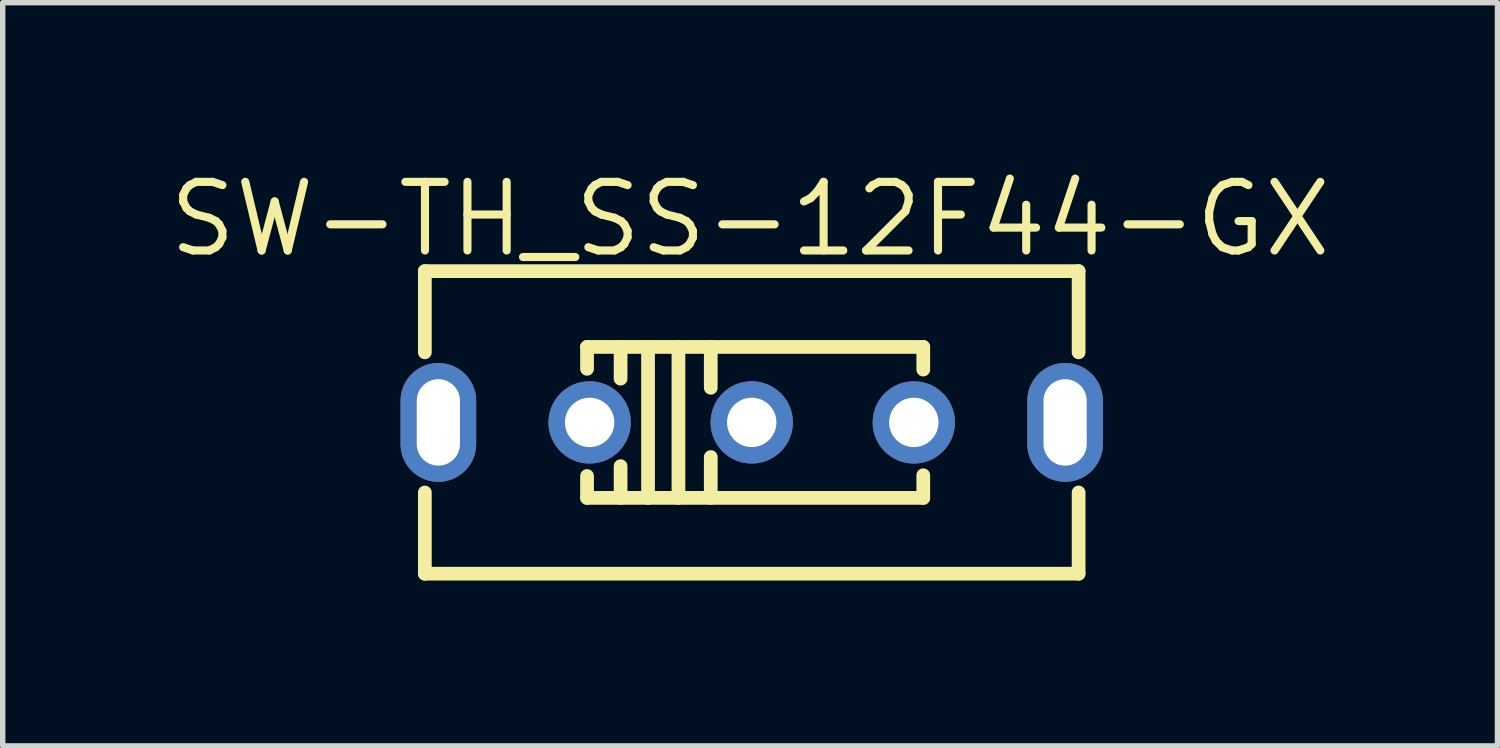
<source format=kicad_pcb>
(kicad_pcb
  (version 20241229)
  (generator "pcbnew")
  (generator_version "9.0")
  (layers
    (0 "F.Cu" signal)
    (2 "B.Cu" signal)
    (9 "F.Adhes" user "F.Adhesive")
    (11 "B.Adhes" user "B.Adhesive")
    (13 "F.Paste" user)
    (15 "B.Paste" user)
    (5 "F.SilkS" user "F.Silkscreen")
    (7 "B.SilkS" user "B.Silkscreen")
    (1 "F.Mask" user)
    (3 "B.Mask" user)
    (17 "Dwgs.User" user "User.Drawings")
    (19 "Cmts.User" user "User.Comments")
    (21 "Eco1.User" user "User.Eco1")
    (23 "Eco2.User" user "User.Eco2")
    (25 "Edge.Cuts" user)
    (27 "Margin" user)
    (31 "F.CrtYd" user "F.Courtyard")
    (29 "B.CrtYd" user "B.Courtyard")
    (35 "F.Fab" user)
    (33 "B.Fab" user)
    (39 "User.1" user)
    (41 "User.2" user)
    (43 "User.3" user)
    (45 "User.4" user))
  (footprint "SW-TH_SS-12F44-GX"
    (layer "F.Cu")
    (at 10.863 4.768)
    (property "Reference" "SW-TH_SS-12F44-GX" (at -0.03 -3.762 0) (layer "F.SilkS") (effects (font (size 1.27 1.27) (thickness 0.15))))
    (fp_line (start -6.05 -2.8) (end -6.05 -1.297) (stroke (width 0.254) (type default)) (layer "F.SilkS"))
    (fp_line (start -6.05 -2.8) (end 6.05 -2.8) (stroke (width 0.254) (type default)) (layer "F.SilkS"))
    (fp_line (start -6.05 1.297) (end -6.05 2.8) (stroke (width 0.254) (type default)) (layer "F.SilkS"))
    (fp_line (start -6.05 2.8) (end 6.05 2.8) (stroke (width 0.254) (type default)) (layer "F.SilkS"))
    (fp_line (start -3.048 -1.397) (end 3.175 -1.397) (stroke (width 0.254) (type default)) (layer "F.SilkS"))
    (fp_line (start -3.048 -0.992) (end -3.048 -1.397) (stroke (width 0.254) (type default)) (layer "F.SilkS"))
    (fp_line (start -3.048 1.397) (end -3.048 0.992) (stroke (width 0.254) (type default)) (layer "F.SilkS"))
    (fp_line (start -2.427 -1.397) (end -2.427 -0.81) (stroke (width 0.254) (type default)) (layer "F.SilkS"))
    (fp_line (start -2.427 0.81) (end -2.427 1.397) (stroke (width 0.254) (type default)) (layer "F.SilkS"))
    (fp_line (start -1.919 -1.397) (end -1.919 1.397) (stroke (width 0.254) (type default)) (layer "F.SilkS"))
    (fp_line (start -1.356 -1.397) (end -1.356 1.397) (stroke (width 0.254) (type default)) (layer "F.SilkS"))
    (fp_line (start -0.758 -1.397) (end -0.758 -0.641) (stroke (width 0.254) (type default)) (layer "F.SilkS"))
    (fp_line (start -0.758 0.641) (end -0.758 1.397) (stroke (width 0.254) (type default)) (layer "F.SilkS"))
    (fp_line (start 3.175 -1.397) (end 3.175 -0.978) (stroke (width 0.254) (type default)) (layer "F.SilkS"))
    (fp_line (start 3.175 0.978) (end 3.175 1.397) (stroke (width 0.254) (type default)) (layer "F.SilkS"))
    (fp_line (start 3.175 1.397) (end -3.048 1.397) (stroke (width 0.254) (type default)) (layer "F.SilkS"))
    (fp_line (start 6.05 -2.8) (end 6.05 -1.297) (stroke (width 0.254) (type default)) (layer "F.SilkS"))
    (fp_line (start 6.05 1.297) (end 6.05 2.8) (stroke (width 0.254) (type default)) (layer "F.SilkS"))
    (fp_circle (center -3 0) (end -2.821 0) (stroke (width 0.357) (type default)) (fill no) (layer "User.4"))
    (fp_circle (center 0 0) (end 0.179 0) (stroke (width 0.357) (type default)) (fill no) (layer "User.4"))
    (fp_circle (center 3 0) (end 3.179 0) (stroke (width 0.357) (type default)) (fill no) (layer "User.4"))
    (fp_circle (center -6.5 2.927) (end -6.47 2.927) (stroke (width 0.06) (type default)) (fill no) (layer "User.5"))
    (pad "1" thru_hole oval (at -3 0) (size 1.524 1.524) (drill 0.914) (layers "*.Cu" "*.Mask"))
    (pad "2" thru_hole oval (at 0 0) (size 1.524 1.524) (drill 0.914) (layers "*.Cu" "*.Mask"))
    (pad "3" thru_hole oval (at 3 0) (size 1.524 1.524) (drill 0.914) (layers "*.Cu" "*.Mask"))
    (pad "4" thru_hole oval (at 5.8 0 90) (size 2.2 1.4) (drill oval 1.6 0.8) (layers "*.Cu" "*.Mask"))
    (pad "5" thru_hole oval (at -5.8 0 90) (size 2.2 1.4) (drill oval 1.6 0.8) (layers "*.Cu" "*.Mask"))
    (zone (net_name "") (layer "User.3") (hatch edge 0.5) (priority 100) (connect_pads yes) (min_thickness 0) (filled_areas_thickness no) (fill yes) (polygon (pts (xy 4.362 1.841) (xy 17.363 1.841) (xy 17.363 7.695) (xy 4.362 7.695))) (filled_polygon (layer "User.3") (island) (pts (xy 4.362 1.841) (xy 17.363 1.841) (xy 17.363 7.695) (xy 4.362 7.695))))
    (zone (net_name "") (layer "User.4") (hatch edge 0.5) (priority 100) (connect_pads yes) (min_thickness 0) (filled_areas_thickness no) (fill yes) (polygon (pts (xy 4.743 5.168) (xy 4.743 4.368) (xy 5.383 4.368) (xy 5.383 5.168))) (filled_polygon (layer "User.4") (island) (pts (xy 4.743 5.168) (xy 4.743 4.368) (xy 5.383 4.368) (xy 5.383 5.168))))
    (zone (net_name "") (layer "User.4") (hatch edge 0.5) (priority 100) (connect_pads yes) (min_thickness 0) (filled_areas_thickness no) (fill yes) (polygon (pts (xy 16.343 5.168) (xy 16.343 4.368) (xy 16.983 4.368) (xy 16.983 5.168))) (filled_polygon (layer "User.4") (island) (pts (xy 16.343 5.168) (xy 16.343 4.368) (xy 16.983 4.368) (xy 16.983 5.168)))))
  (gr_rect
    (start -3 -3)
    (end 24.665 10.755)
    (stroke (width 0.1) (type default))
    (fill no)
    (layer "Edge.Cuts")))
</source>
